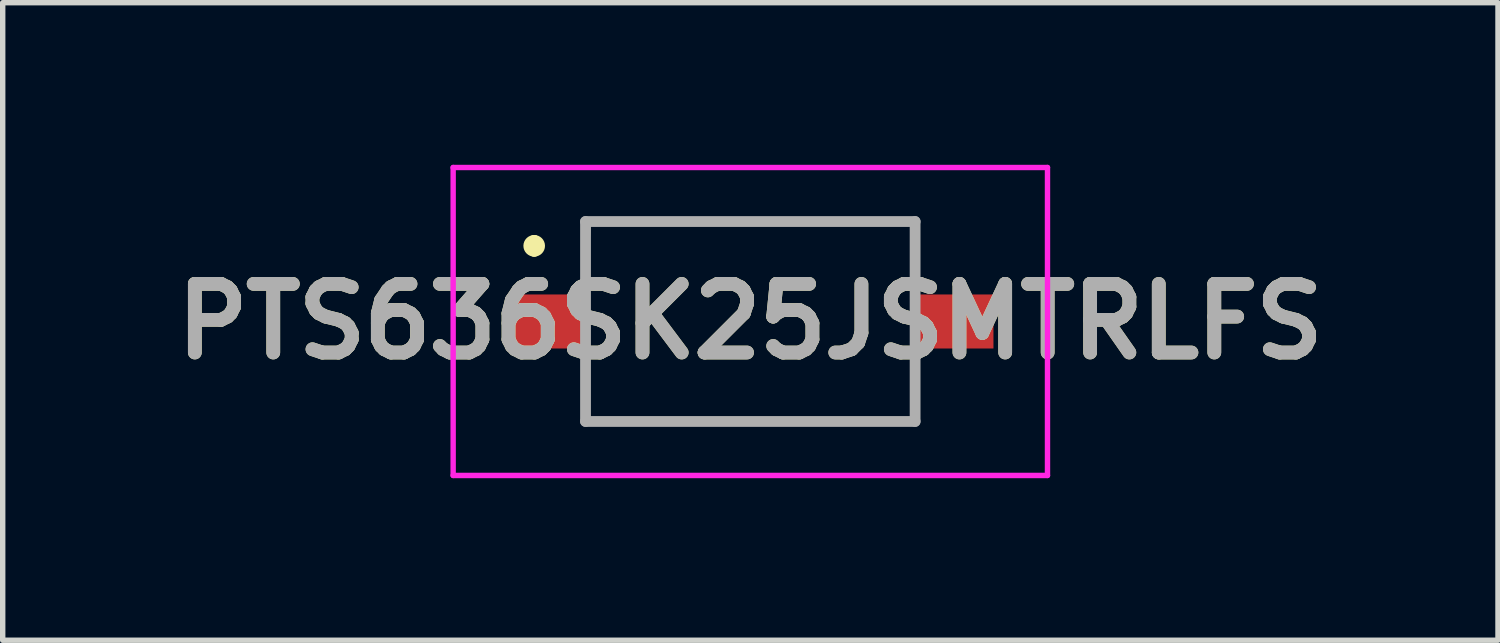
<source format=kicad_pcb>
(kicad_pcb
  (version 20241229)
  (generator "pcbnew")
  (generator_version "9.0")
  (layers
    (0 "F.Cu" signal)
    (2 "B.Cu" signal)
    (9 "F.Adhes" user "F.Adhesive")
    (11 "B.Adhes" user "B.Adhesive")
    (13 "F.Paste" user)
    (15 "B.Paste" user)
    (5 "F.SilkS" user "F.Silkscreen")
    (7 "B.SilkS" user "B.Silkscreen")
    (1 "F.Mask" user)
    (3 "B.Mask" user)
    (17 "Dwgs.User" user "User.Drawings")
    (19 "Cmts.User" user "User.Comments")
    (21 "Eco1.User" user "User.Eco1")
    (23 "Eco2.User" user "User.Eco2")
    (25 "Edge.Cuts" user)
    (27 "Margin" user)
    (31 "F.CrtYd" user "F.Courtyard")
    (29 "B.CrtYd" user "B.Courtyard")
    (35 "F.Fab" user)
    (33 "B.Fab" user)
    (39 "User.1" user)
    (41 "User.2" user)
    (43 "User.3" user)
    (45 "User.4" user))
  (footprint "PTS636SK25JSMTRLFS"
    (layer "F.Cu")
    (at 10.837 2.9)
    (property "Reference" "PTS636SK25JSMTRLFS" (at 0 0 0) (layer "F.SilkS") (effects (font (size 1.27 1.27) (thickness 0.254))))
    (attr smd)
    (fp_line (start -4 -1.5) (end -4 -1.5) (stroke (width 0.2) (type solid)) (layer "F.SilkS"))
    (fp_line (start -4 -1.3) (end -4 -1.3) (stroke (width 0.2) (type solid)) (layer "F.SilkS"))
    (fp_line (start -3.05 -1) (end -3 -1.85) (stroke (width 0.1) (type solid)) (layer "F.SilkS"))
    (fp_line (start -3.05 1) (end -3.05 1.85) (stroke (width 0.1) (type solid)) (layer "F.SilkS"))
    (fp_line (start -3.05 1.85) (end 3.05 1.85) (stroke (width 0.1) (type solid)) (layer "F.SilkS"))
    (fp_line (start -3 -1.85) (end 3.05 -1.85) (stroke (width 0.1) (type solid)) (layer "F.SilkS"))
    (fp_line (start 3.05 -1.85) (end 3.05 -1) (stroke (width 0.1) (type solid)) (layer "F.SilkS"))
    (fp_line (start 3.05 1.85) (end 3.05 1) (stroke (width 0.1) (type solid)) (layer "F.SilkS"))
    (fp_arc (start -4 -1.5) (mid -3.9 -1.4) (end -4 -1.3) (stroke (width 0.2) (type solid)) (layer "F.SilkS"))
    (fp_arc (start -4 -1.3) (mid -4.1 -1.4) (end -4 -1.5) (stroke (width 0.2) (type solid)) (layer "F.SilkS"))
    (fp_line (start -5.5 -2.85) (end 5.5 -2.85) (stroke (width 0.1) (type solid)) (layer "F.CrtYd"))
    (fp_line (start -5.5 2.85) (end -5.5 -2.85) (stroke (width 0.1) (type solid)) (layer "F.CrtYd"))
    (fp_line (start 5.5 -2.85) (end 5.5 2.85) (stroke (width 0.1) (type solid)) (layer "F.CrtYd"))
    (fp_line (start 5.5 2.85) (end -5.5 2.85) (stroke (width 0.1) (type solid)) (layer "F.CrtYd"))
    (fp_line (start -3.05 -1.85) (end 3.05 -1.85) (stroke (width 0.2) (type solid)) (layer "F.Fab"))
    (fp_line (start -3.05 1.85) (end -3.05 -1.85) (stroke (width 0.2) (type solid)) (layer "F.Fab"))
    (fp_line (start 3.05 -1.85) (end 3.05 1.85) (stroke (width 0.2) (type solid)) (layer "F.Fab"))
    (fp_line (start 3.05 1.85) (end -3.05 1.85) (stroke (width 0.2) (type solid)) (layer "F.Fab"))
    (fp_text user "${REFERENCE}" (at 0 0 0) (layer "F.Fab") (effects (font (size 1.27 1.27) (thickness 0.254))))
    (pad "1" smd rect (at -3.775 0 90) (size 1 1.45) (layers "F.Cu" "F.Mask" "F.Paste"))
    (pad "2" smd rect (at 3.775 0 90) (size 1 1.45) (layers "F.Cu" "F.Mask" "F.Paste")))
  (gr_rect
    (start -3 -3)
    (end 24.675 8.8)
    (stroke (width 0.1) (type default))
    (fill no)
    (layer "Edge.Cuts")))
</source>
